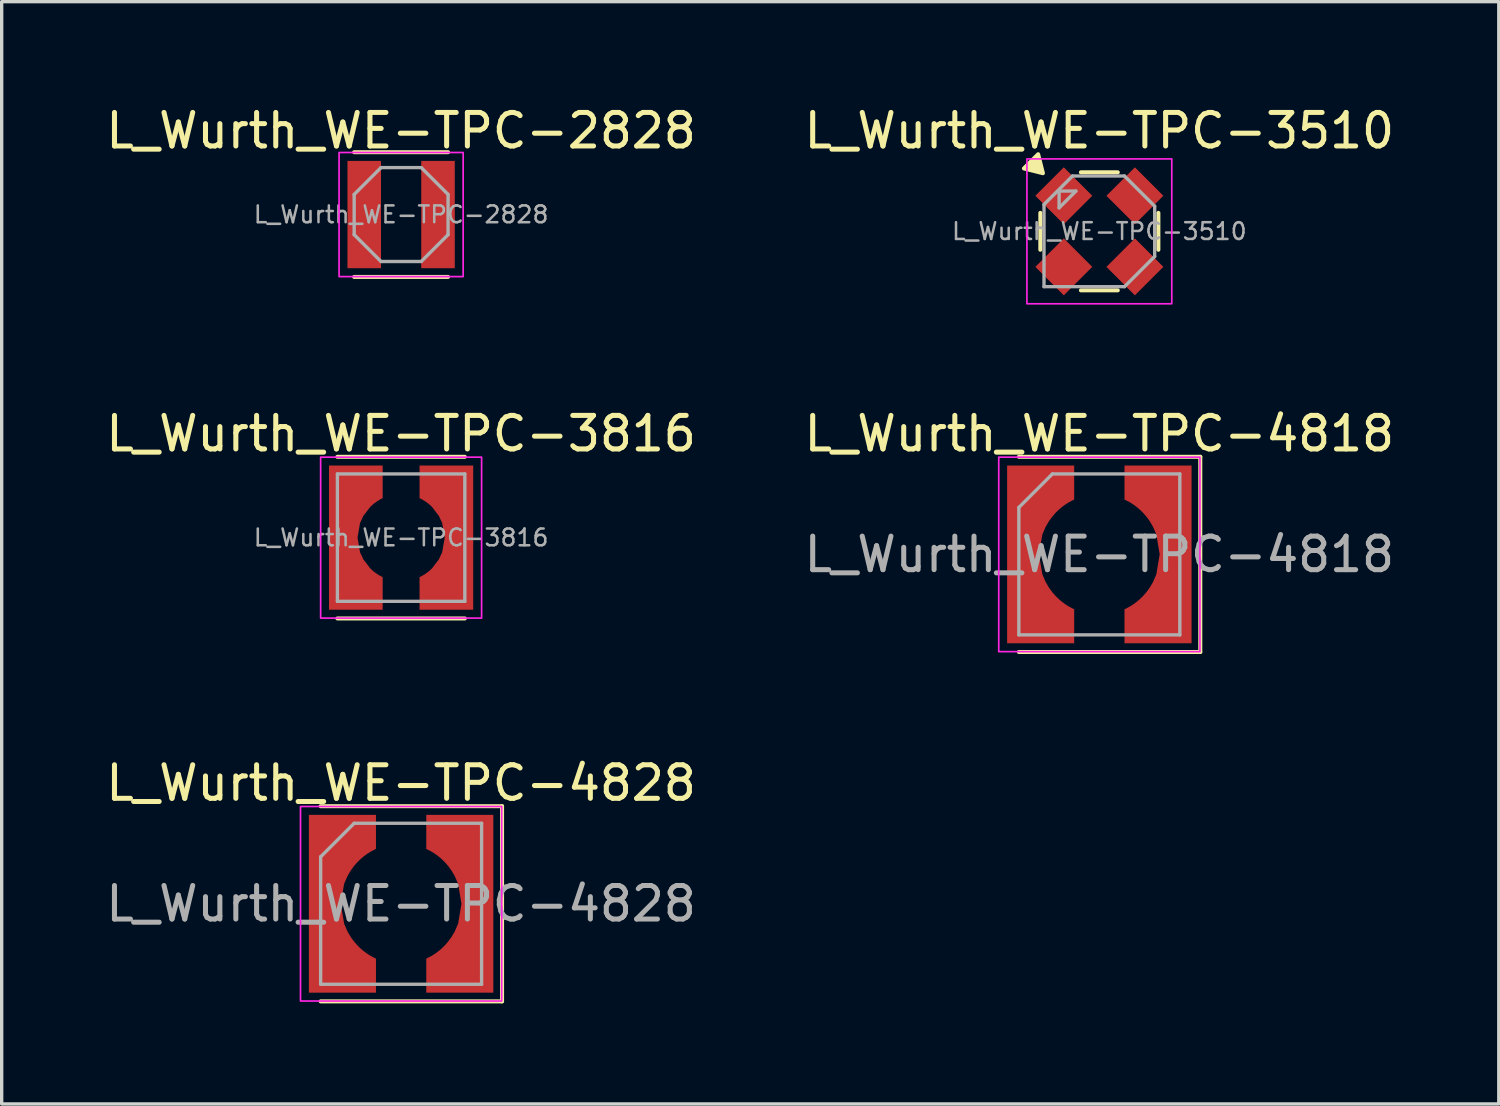
<source format=kicad_pcb>
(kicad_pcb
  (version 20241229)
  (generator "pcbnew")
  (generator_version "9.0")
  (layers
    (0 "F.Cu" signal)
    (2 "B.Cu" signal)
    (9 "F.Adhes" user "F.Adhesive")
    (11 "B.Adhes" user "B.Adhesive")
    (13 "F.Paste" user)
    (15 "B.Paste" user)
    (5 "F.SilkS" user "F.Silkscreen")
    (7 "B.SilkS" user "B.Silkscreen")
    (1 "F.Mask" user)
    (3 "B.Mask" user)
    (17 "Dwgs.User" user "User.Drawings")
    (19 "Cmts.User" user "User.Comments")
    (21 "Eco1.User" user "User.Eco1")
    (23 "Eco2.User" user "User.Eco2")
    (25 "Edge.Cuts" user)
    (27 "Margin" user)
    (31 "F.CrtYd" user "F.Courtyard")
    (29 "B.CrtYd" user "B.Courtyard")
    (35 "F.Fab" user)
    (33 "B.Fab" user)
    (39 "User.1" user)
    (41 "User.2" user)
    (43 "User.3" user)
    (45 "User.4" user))
  (footprint "L_Wurth_WE-TPC-2828"
    (layer "F.Cu")
    (at 8.911 3.348)
    (property "Reference" "L_Wurth_WE-TPC-2828" (at 0 -2.5 0) (unlocked yes) (layer "F.SilkS") (effects (font (size 1 1) (thickness 0.15))))
    (attr smd)
    (fp_line (start -1.4 -1.86) (end 1.4 -1.86) (stroke (width 0.12) (type solid)) (layer "F.SilkS"))
    (fp_line (start -1.4 1.86) (end 1.4 1.86) (stroke (width 0.12) (type solid)) (layer "F.SilkS"))
    (fp_rect (start -1.85 -1.85) (end 1.85 1.85) (stroke (width 0.05) (type solid)) (fill no) (layer "F.CrtYd"))
    (fp_line (start -1.4 -0.6) (end -1.4 0.6) (stroke (width 0.1) (type solid)) (layer "F.Fab"))
    (fp_line (start -1.4 0.6) (end -0.6 1.4) (stroke (width 0.1) (type solid)) (layer "F.Fab"))
    (fp_line (start -0.6 -1.4) (end -1.4 -0.6) (stroke (width 0.1) (type solid)) (layer "F.Fab"))
    (fp_line (start -0.6 -1.4) (end 0.6 -1.4) (stroke (width 0.1) (type solid)) (layer "F.Fab"))
    (fp_line (start -0.6 1.4) (end 0.6 1.4) (stroke (width 0.1) (type solid)) (layer "F.Fab"))
    (fp_line (start 0.6 -1.4) (end 1.4 -0.6) (stroke (width 0.1) (type solid)) (layer "F.Fab"))
    (fp_line (start 0.6 1.4) (end 1.4 0.6) (stroke (width 0.1) (type solid)) (layer "F.Fab"))
    (fp_line (start 1.4 -0.6) (end 1.4 0.6) (stroke (width 0.1) (type solid)) (layer "F.Fab"))
    (fp_text user "${REFERENCE}" (at 0 0 0) (unlocked yes) (layer "F.Fab") (effects (font (size 0.5 0.5) (thickness 0.075))))
    (pad "1" smd rect (at -1.1 0) (size 1 3.2) (layers "F.Cu" "F.Mask" "F.Paste"))
    (pad "2" smd rect (at 1.1 0) (size 1 3.2) (layers "F.Cu" "F.Mask" "F.Paste")))
  (footprint "L_Wurth_WE-TPC-4828"
    (layer "F.Cu")
    (at 8.911 23.9)
    (property "Reference" "L_Wurth_WE-TPC-4828" (at 0 -3.6 0) (unlocked yes) (layer "F.SilkS") (effects (font (size 1 1) (thickness 0.15))))
    (attr smd)
    (fp_line (start -2.4 -2.91) (end 3.01 -2.91) (stroke (width 0.12) (type solid)) (layer "F.SilkS"))
    (fp_line (start -2.4 2.91) (end 3.01 2.91) (stroke (width 0.12) (type solid)) (layer "F.SilkS"))
    (fp_line (start 3.01 -2.91) (end 3.01 2.91) (stroke (width 0.12) (type solid)) (layer "F.SilkS"))
    (fp_rect (start -3 -2.9) (end 3 2.9) (stroke (width 0.05) (type solid)) (fill no) (layer "F.CrtYd"))
    (fp_line (start -2.4 -1.4) (end -2.4 2.4) (stroke (width 0.1) (type solid)) (layer "F.Fab"))
    (fp_line (start -2.4 2.4) (end 2.4 2.4) (stroke (width 0.1) (type solid)) (layer "F.Fab"))
    (fp_line (start -1.4 -2.4) (end -2.4 -1.4) (stroke (width 0.1) (type solid)) (layer "F.Fab"))
    (fp_line (start -1.4 -2.4) (end 2.4 -2.4) (stroke (width 0.1) (type solid)) (layer "F.Fab"))
    (fp_line (start 2.4 -2.4) (end 2.4 2.4) (stroke (width 0.1) (type solid)) (layer "F.Fab"))
    (fp_text user "${REFERENCE}" (at 0 0 0) (unlocked yes) (layer "F.Fab") (effects (font (size 1 1) (thickness 0.15))))
    (pad "1" smd custom (at -2 0) (size 0.2 4.3) (layers "F.Cu" "F.Mask" "F.Paste") (options (anchor rect)) (primitives (gr_poly (pts (xy 1.25 -1.636) (xy 1.2 -1.612) (xy 1.1 -1.559) (xy 1 -1.497) (xy 0.9 -1.425) (xy 0.8 -1.342) (xy 0.7 -1.245) (xy 0.6 -1.131) (xy 0.5 -0.995) (xy 0.4 -0.825) (xy 0.3 -0.592) (xy 0.2 0) (xy 0.3 0.592) (xy 0.4 0.825) (xy 0.5 0.995) (xy 0.6 1.131) (xy 0.7 1.245) (xy 0.8 1.342) (xy 0.9 1.425) (xy 1 1.497) (xy 1.1 1.559) (xy 1.2 1.612) (xy 1.25 1.636) (xy 1.25 2.65) (xy -0.75 2.65) (xy -0.75 -2.65) (xy 1.25 -2.65)) (width 0) (fill yes))))
    (pad "2" smd custom (at 2 0) (size 0.2 4.3) (layers "F.Cu" "F.Mask" "F.Paste") (options (anchor rect)) (primitives (gr_poly (pts (xy 0.75 2.65) (xy -1.25 2.65) (xy -1.25 1.636) (xy -1.2 1.612) (xy -1.1 1.559) (xy -1 1.497) (xy -0.9 1.425) (xy -0.8 1.342) (xy -0.7 1.245) (xy -0.6 1.131) (xy -0.5 0.995) (xy -0.4 0.825) (xy -0.3 0.592) (xy -0.2 0) (xy -0.3 -0.592) (xy -0.4 -0.825) (xy -0.5 -0.995) (xy -0.6 -1.131) (xy -0.7 -1.245) (xy -0.8 -1.342) (xy -0.9 -1.425) (xy -1 -1.497) (xy -1.1 -1.559) (xy -1.2 -1.612) (xy -1.25 -1.636) (xy -1.25 -2.65) (xy 0.75 -2.65)) (width 0) (fill yes)))))
  (footprint "L_Wurth_WE-TPC-3510"
    (layer "F.Cu")
    (at 29.732 3.848)
    (property "Reference" "L_Wurth_WE-TPC-3510" (at 0 -3 0) (unlocked yes) (layer "F.SilkS") (effects (font (size 1 1) (thickness 0.15))))
    (attr smd)
    (fp_line (start -1.76 -0.55) (end -1.76 0.55) (stroke (width 0.12) (type solid)) (layer "F.SilkS"))
    (fp_line (start -0.55 -1.76) (end 0.55 -1.76) (stroke (width 0.12) (type solid)) (layer "F.SilkS"))
    (fp_line (start -0.55 1.76) (end 0.55 1.76) (stroke (width 0.12) (type solid)) (layer "F.SilkS"))
    (fp_line (start 1.76 -0.55) (end 1.76 0.55) (stroke (width 0.12) (type solid)) (layer "F.SilkS"))
    (fp_poly (pts (xy -2.249 -1.875) (xy -1.683 -1.733) (xy -1.825 -2.299)) (stroke (width 0.12) (type solid)) (fill yes) (layer "F.SilkS"))
    (fp_rect (start -2.16 -2.16) (end 2.16 2.16) (stroke (width 0.05) (type solid)) (fill no) (layer "F.CrtYd"))
    (fp_line (start -1.65 -0.8) (end -1.65 1.65) (stroke (width 0.1) (type solid)) (layer "F.Fab"))
    (fp_line (start -1.65 -0.8) (end -0.8 -1.65) (stroke (width 0.1) (type solid)) (layer "F.Fab"))
    (fp_line (start -1.2 -1.2) (end -0.7 -1.2) (stroke (width 0.1) (type solid)) (layer "F.Fab"))
    (fp_line (start -1.2 -0.7) (end -1.2 -1.2) (stroke (width 0.1) (type solid)) (layer "F.Fab"))
    (fp_line (start -0.7 -1.2) (end -1.2 -0.7) (stroke (width 0.1) (type solid)) (layer "F.Fab"))
    (fp_line (start 0.75 -1.65) (end -0.8 -1.65) (stroke (width 0.1) (type solid)) (layer "F.Fab"))
    (fp_line (start 0.75 -1.65) (end 1.65 -0.75) (stroke (width 0.1) (type solid)) (layer "F.Fab"))
    (fp_line (start 0.75 1.65) (end -1.65 1.65) (stroke (width 0.1) (type solid)) (layer "F.Fab"))
    (fp_line (start 1.65 -0.75) (end 1.65 0.75) (stroke (width 0.1) (type solid)) (layer "F.Fab"))
    (fp_line (start 1.65 0.75) (end 0.75 1.65) (stroke (width 0.1) (type solid)) (layer "F.Fab"))
    (fp_text user "${REFERENCE}" (at 0 0 0) (unlocked yes) (layer "F.Fab") (effects (font (size 0.5 0.5) (thickness 0.075))))
    (pad "1" smd rect (at -1.06 -1.06 315) (size 1.2 1.2) (layers "F.Cu" "F.Mask" "F.Paste"))
    (pad "2" smd rect (at 1.06 1.06 315) (size 1.2 1.2) (layers "F.Cu" "F.Mask" "F.Paste"))
    (pad "MP1" smd rect (at -1.06 1.06 315) (size 1.2 1.2) (layers "F.Cu" "F.Mask" "F.Paste"))
    (pad "MP2" smd rect (at 1.06 -1.06 315) (size 1.2 1.2) (layers "F.Cu" "F.Mask" "F.Paste")))
  (footprint "L_Wurth_WE-TPC-4818"
    (layer "F.Cu")
    (at 29.732 13.482)
    (property "Reference" "L_Wurth_WE-TPC-4818" (at 0 -3.6 0) (unlocked yes) (layer "F.SilkS") (effects (font (size 1 1) (thickness 0.15))))
    (attr smd)
    (fp_line (start -2.4 -2.91) (end 3.01 -2.91) (stroke (width 0.12) (type solid)) (layer "F.SilkS"))
    (fp_line (start -2.4 2.91) (end 3.01 2.91) (stroke (width 0.12) (type solid)) (layer "F.SilkS"))
    (fp_line (start 3.01 -2.91) (end 3.01 2.91) (stroke (width 0.12) (type default)) (layer "F.SilkS"))
    (fp_rect (start -3 -2.9) (end 3 2.9) (stroke (width 0.05) (type solid)) (fill no) (layer "F.CrtYd"))
    (fp_line (start -2.4 -1.4) (end -2.4 2.4) (stroke (width 0.1) (type solid)) (layer "F.Fab"))
    (fp_line (start -2.4 -1.4) (end -1.4 -2.4) (stroke (width 0.1) (type solid)) (layer "F.Fab"))
    (fp_line (start -2.4 2.4) (end 2.4 2.4) (stroke (width 0.1) (type solid)) (layer "F.Fab"))
    (fp_line (start -1.4 -2.4) (end 2.4 -2.4) (stroke (width 0.1) (type solid)) (layer "F.Fab"))
    (fp_line (start 2.4 -2.4) (end 2.4 2.4) (stroke (width 0.1) (type solid)) (layer "F.Fab"))
    (fp_text user "${REFERENCE}" (at 0 0 0) (unlocked yes) (layer "F.Fab") (effects (font (size 1 1) (thickness 0.15))))
    (pad "1" smd custom (at -2 0) (size 0.2 4.3) (layers "F.Cu" "F.Mask" "F.Paste") (options (anchor rect)) (primitives (gr_poly (pts (xy 1.25 -1.636) (xy 1.2 -1.612) (xy 1.1 -1.559) (xy 1 -1.497) (xy 0.9 -1.425) (xy 0.8 -1.342) (xy 0.7 -1.245) (xy 0.6 -1.131) (xy 0.5 -0.995) (xy 0.4 -0.825) (xy 0.3 -0.592) (xy 0.2 0) (xy 0.3 0.592) (xy 0.4 0.825) (xy 0.5 0.995) (xy 0.6 1.131) (xy 0.7 1.245) (xy 0.8 1.342) (xy 0.9 1.425) (xy 1 1.497) (xy 1.1 1.559) (xy 1.2 1.612) (xy 1.25 1.636) (xy 1.25 2.65) (xy -0.75 2.65) (xy -0.75 -2.65) (xy 1.25 -2.65)) (width 0) (fill yes))))
    (pad "2" smd custom (at 2 0) (size 0.2 4.3) (layers "F.Cu" "F.Mask" "F.Paste") (options (anchor rect)) (primitives (gr_poly (pts (xy 0.75 2.65) (xy -1.25 2.65) (xy -1.25 1.636) (xy -1.2 1.612) (xy -1.1 1.559) (xy -1 1.497) (xy -0.9 1.425) (xy -0.8 1.342) (xy -0.7 1.245) (xy -0.6 1.131) (xy -0.5 0.995) (xy -0.4 0.825) (xy -0.3 0.592) (xy -0.2 0) (xy -0.3 -0.592) (xy -0.4 -0.825) (xy -0.5 -0.995) (xy -0.6 -1.131) (xy -0.7 -1.245) (xy -0.8 -1.342) (xy -0.9 -1.425) (xy -1 -1.497) (xy -1.1 -1.559) (xy -1.2 -1.612) (xy -1.25 -1.636) (xy -1.25 -2.65) (xy 0.75 -2.65)) (width 0) (fill yes)))))
  (footprint "L_Wurth_WE-TPC-3816"
    (layer "F.Cu")
    (at 8.911 12.982)
    (property "Reference" "L_Wurth_WE-TPC-3816" (at 0 -3.1 0) (unlocked yes) (layer "F.SilkS") (effects (font (size 1 1) (thickness 0.15))))
    (attr smd)
    (fp_line (start -1.9 -2.41) (end 1.9 -2.41) (stroke (width 0.12) (type solid)) (layer "F.SilkS"))
    (fp_line (start -1.9 2.41) (end 1.9 2.41) (stroke (width 0.12) (type solid)) (layer "F.SilkS"))
    (fp_rect (start -2.4 -2.4) (end 2.4 2.4) (stroke (width 0.05) (type solid)) (fill no) (layer "F.CrtYd"))
    (fp_line (start -1.9 -1.9) (end -1.9 1.9) (stroke (width 0.1) (type solid)) (layer "F.Fab"))
    (fp_line (start -1.9 -1.9) (end 1.9 -1.9) (stroke (width 0.1) (type solid)) (layer "F.Fab"))
    (fp_line (start -1.9 1.9) (end 1.9 1.9) (stroke (width 0.1) (type solid)) (layer "F.Fab"))
    (fp_line (start 1.9 -1.9) (end 1.9 1.9) (stroke (width 0.1) (type solid)) (layer "F.Fab"))
    (fp_text user "${REFERENCE}" (at 0 0 0) (unlocked yes) (layer "F.Fab") (effects (font (size 0.5 0.5) (thickness 0.075))))
    (pad "1" smd custom (at -1.725 0) (size 0.85 4.3) (layers "F.Cu" "F.Mask" "F.Paste") (options (anchor rect)) (primitives (gr_poly (pts (xy 1.175 -1.178) (xy 1.1 -1.14) (xy 1 -1.079) (xy 0.9 -1.005) (xy 0.8 -0.913) (xy 0.7 -0.78) (xy 0.6 -0.651) (xy 0.5 -0.435) (xy 0.425 0) (xy 0.5 0.435) (xy 0.6 0.651) (xy 0.7 0.78) (xy 0.8 0.913) (xy 0.9 1.005) (xy 1 1.079) (xy 1.1 1.14) (xy 1.175 1.178) (xy 1.175 2.15) (xy 0.4 2.15) (xy 0.4 -2.15) (xy 1.175 -2.15)) (width 0) (fill yes))))
    (pad "2" smd custom (at 1.725 0) (size 0.85 4.3) (layers "F.Cu" "F.Mask" "F.Paste") (options (anchor rect)) (primitives (gr_poly (pts (xy -0.4 2.15) (xy -1.175 2.15) (xy -1.175 1.178) (xy -1.1 1.14) (xy -1 1.079) (xy -0.9 1.005) (xy -0.8 0.913) (xy -0.7 0.78) (xy -0.6 0.651) (xy -0.5 0.435) (xy -0.425 0) (xy -0.5 -0.435) (xy -0.6 -0.651) (xy -0.7 -0.78) (xy -0.8 -0.913) (xy -0.9 -1.005) (xy -1 -1.079) (xy -1.1 -1.14) (xy -1.175 -1.178) (xy -1.175 -2.15) (xy -0.4 -2.15)) (width 0) (fill yes)))))
  (gr_rect
    (start -3 -3)
    (end 41.643 29.87)
    (stroke (width 0.1) (type default))
    (fill no)
    (layer "Edge.Cuts")))
</source>
